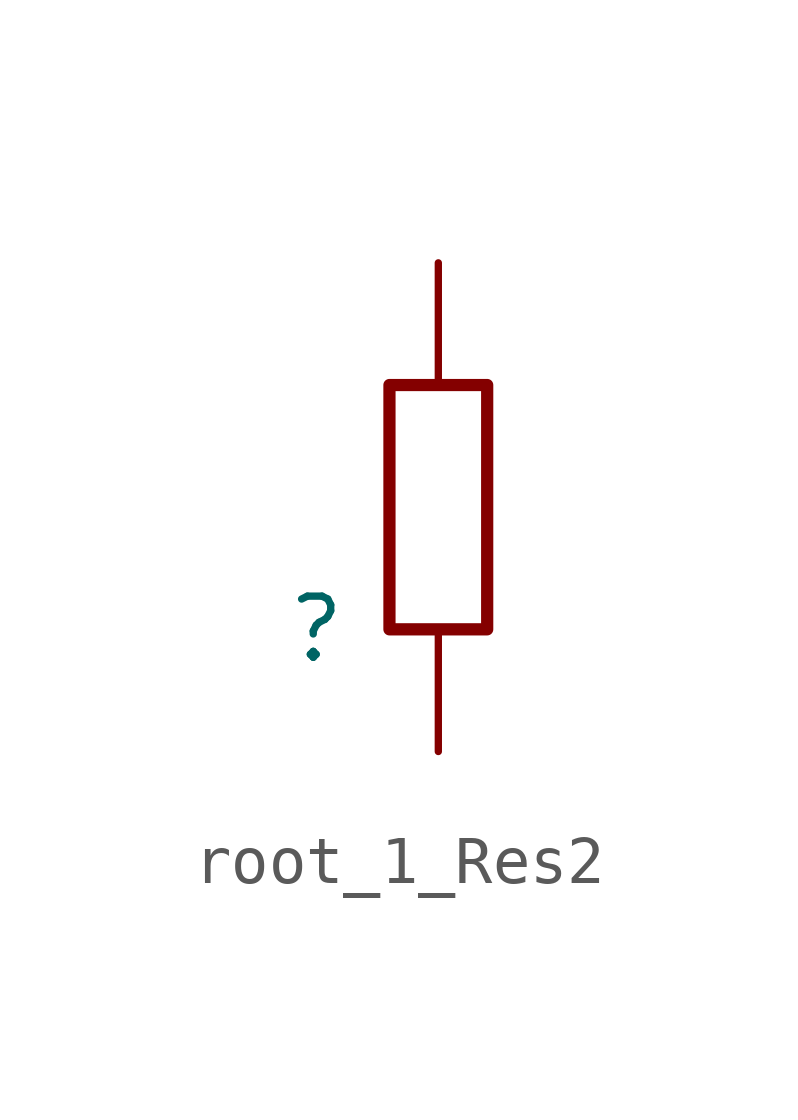
<source format=kicad_sym>
(kicad_symbol_lib
  (version 20241209)
  (generator "kicad_symbol_editor")
  (generator_version "9.0")
  (symbol "root_1_Res2"
    (property "Reference" ""
      (at 0 0 0)
      (effects (font (size 1.27 1.27))))
    (property "Value" ""
      (at 0 0 0)
      (effects (font (size 1.27 1.27))))
    (symbol "root_1_Res2_1_0"
      (rectangle (start 3.556 5.08) (end 1.524 0) (stroke (width 0.254) (type solid)) (fill (type none)))
      (pin passive line (at 2.54 7.62 270) (length 2.54) (name "2" (effects (font (size 0 0)))) (number "2" (effects (font (size 0 0)))))
      (pin passive line (at 2.54 -2.54 90) (length 2.54) (name "1" (effects (font (size 0 0)))) (number "1" (effects (font (size 0 0))))))))
</source>
